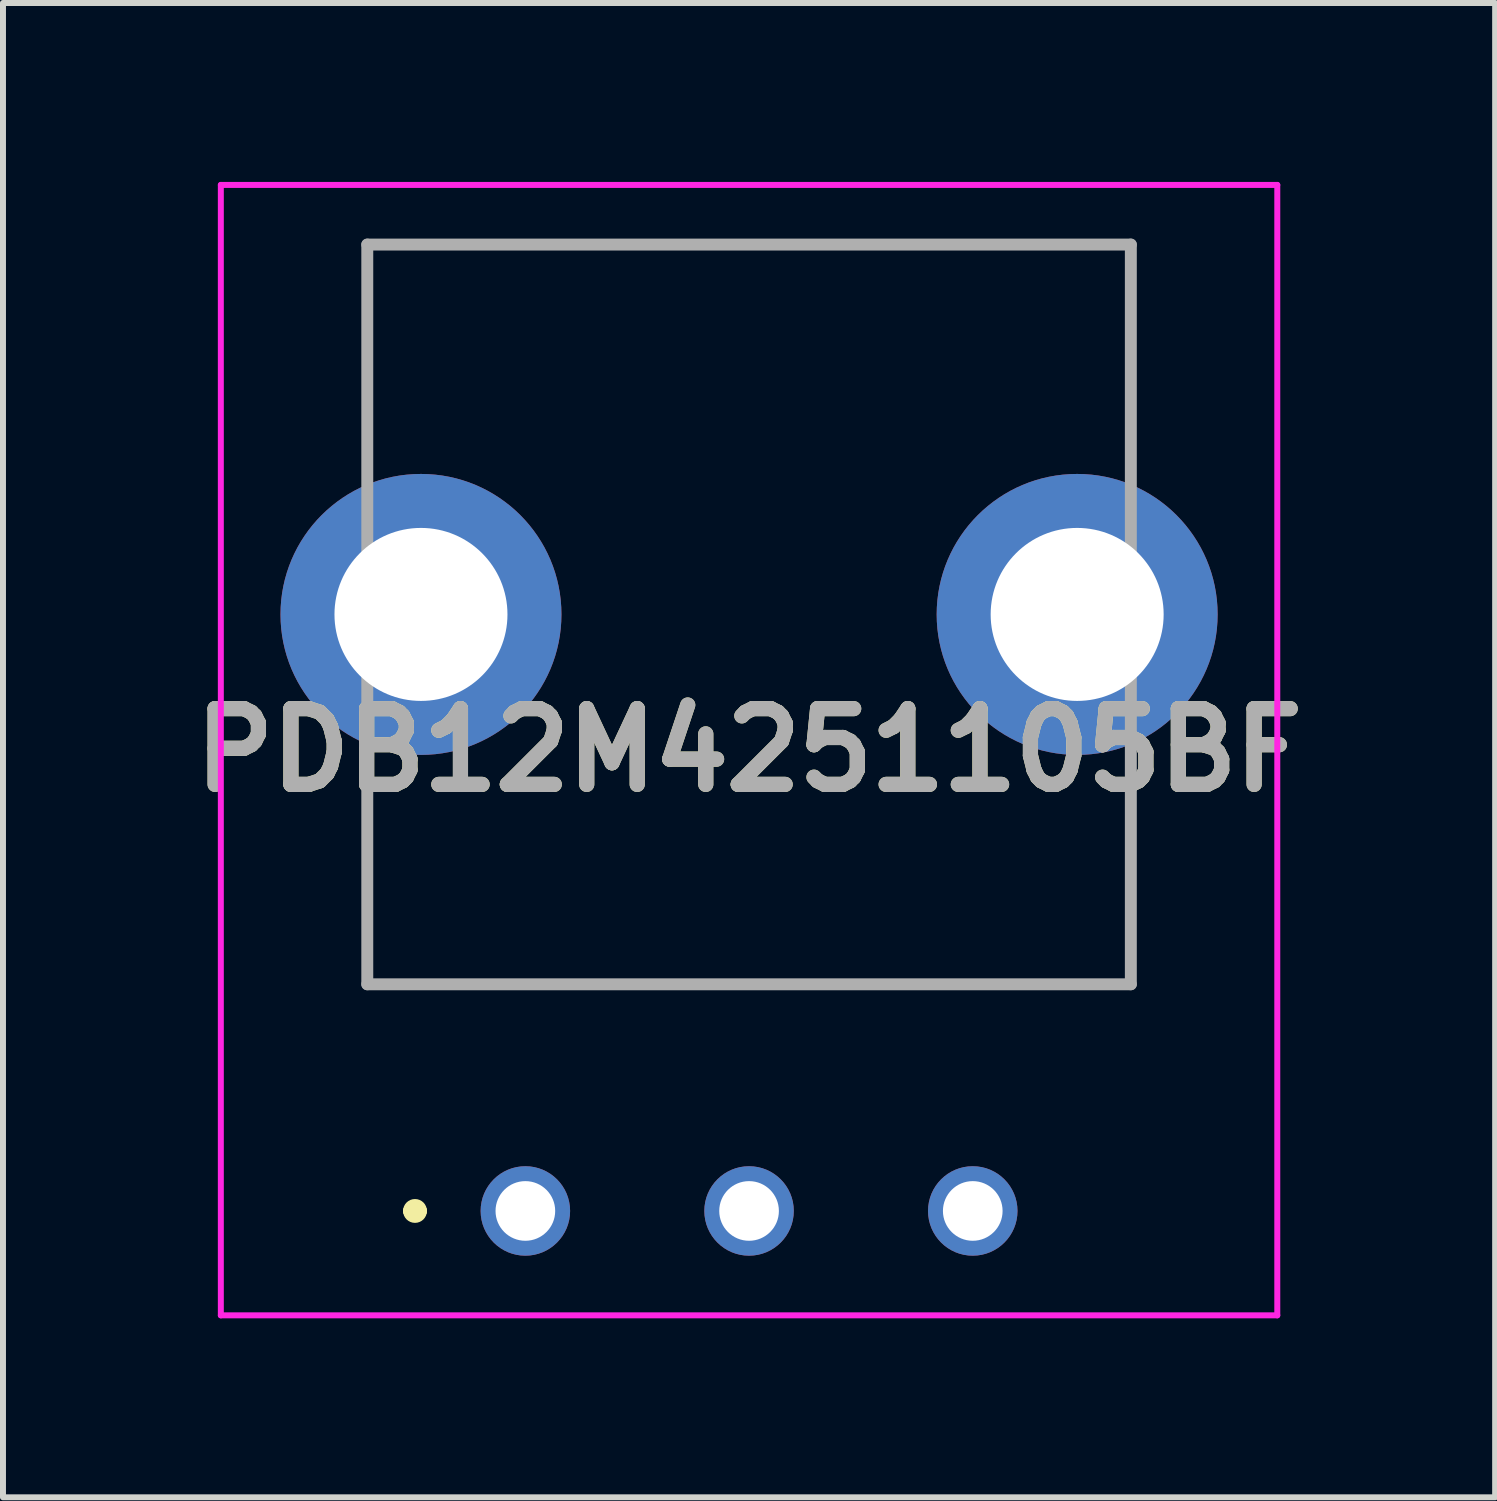
<source format=kicad_pcb>
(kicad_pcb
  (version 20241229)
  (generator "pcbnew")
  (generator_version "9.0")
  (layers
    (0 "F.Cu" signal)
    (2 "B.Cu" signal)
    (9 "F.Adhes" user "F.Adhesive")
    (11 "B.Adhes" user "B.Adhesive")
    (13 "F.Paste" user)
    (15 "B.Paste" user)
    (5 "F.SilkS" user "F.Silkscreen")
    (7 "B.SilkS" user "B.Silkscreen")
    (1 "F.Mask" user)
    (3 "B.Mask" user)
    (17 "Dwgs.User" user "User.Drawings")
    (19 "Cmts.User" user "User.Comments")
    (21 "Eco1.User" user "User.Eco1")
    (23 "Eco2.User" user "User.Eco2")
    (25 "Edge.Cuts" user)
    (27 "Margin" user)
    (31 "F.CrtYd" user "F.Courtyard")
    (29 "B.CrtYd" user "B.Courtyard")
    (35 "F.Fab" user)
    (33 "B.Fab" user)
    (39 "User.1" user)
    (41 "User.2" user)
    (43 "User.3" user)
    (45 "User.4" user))
  (footprint "PDB12M4251105BF"
    (layer "F.Cu")
    (at 9.507 17.25)
    (property "Reference" "PDB12M4251105BF" (at 0 -7.725 0) (layer "F.SilkS") (effects (font (size 1.27 1.27) (thickness 0.254))))
    (attr through_hole)
    (fp_line (start -6.4 -16.2) (end 6.4 -16.2) (stroke (width 0.1) (type solid)) (layer "F.SilkS"))
    (fp_line (start -6.4 -12.54) (end -6.4 -16.2) (stroke (width 0.1) (type solid)) (layer "F.SilkS"))
    (fp_line (start -6.4 -7.46) (end -6.4 -3.8) (stroke (width 0.1) (type solid)) (layer "F.SilkS"))
    (fp_line (start -6.4 -3.8) (end 6.4 -3.8) (stroke (width 0.1) (type solid)) (layer "F.SilkS"))
    (fp_line (start -5.7 0) (end -5.7 0) (stroke (width 0.2) (type solid)) (layer "F.SilkS"))
    (fp_line (start -5.5 0) (end -5.5 0) (stroke (width 0.2) (type solid)) (layer "F.SilkS"))
    (fp_line (start 6.4 -16.2) (end 6.4 -12.54) (stroke (width 0.1) (type solid)) (layer "F.SilkS"))
    (fp_line (start 6.4 -3.8) (end 6.4 -7.46) (stroke (width 0.1) (type solid)) (layer "F.SilkS"))
    (fp_arc (start -5.7 0) (mid -5.6 -0.1) (end -5.5 0) (stroke (width 0.2) (type solid)) (layer "F.SilkS"))
    (fp_arc (start -5.5 0) (mid -5.6 0.1) (end -5.7 0) (stroke (width 0.2) (type solid)) (layer "F.SilkS"))
    (fp_line (start -8.855 -17.2) (end 8.855 -17.2) (stroke (width 0.1) (type solid)) (layer "F.CrtYd"))
    (fp_line (start -8.855 1.75) (end -8.855 -17.2) (stroke (width 0.1) (type solid)) (layer "F.CrtYd"))
    (fp_line (start 8.855 -17.2) (end 8.855 1.75) (stroke (width 0.1) (type solid)) (layer "F.CrtYd"))
    (fp_line (start 8.855 1.75) (end -8.855 1.75) (stroke (width 0.1) (type solid)) (layer "F.CrtYd"))
    (fp_line (start -6.4 -16.2) (end 6.4 -16.2) (stroke (width 0.2) (type solid)) (layer "F.Fab"))
    (fp_line (start -6.4 -3.8) (end -6.4 -16.2) (stroke (width 0.2) (type solid)) (layer "F.Fab"))
    (fp_line (start 6.4 -16.2) (end 6.4 -3.8) (stroke (width 0.2) (type solid)) (layer "F.Fab"))
    (fp_line (start 6.4 -3.8) (end -6.4 -3.8) (stroke (width 0.2) (type solid)) (layer "F.Fab"))
    (fp_text user "${REFERENCE}" (at 0 -7.725 0) (layer "F.Fab") (effects (font (size 1.27 1.27) (thickness 0.254))))
    (pad "1" thru_hole circle (at -3.75 0) (size 1.5 1.5) (drill 1) (layers "*.Cu" "*.Mask"))
    (pad "2" thru_hole circle (at 0 0) (size 1.5 1.5) (drill 1) (layers "*.Cu" "*.Mask"))
    (pad "3" thru_hole circle (at 3.75 0) (size 1.5 1.5) (drill 1) (layers "*.Cu" "*.Mask"))
    (pad "MP" thru_hole circle (at -5.5 -10) (size 4.71 4.71) (drill 2.9) (layers "*.Cu" "*.Mask"))
    (pad "MP" thru_hole circle (at 5.5 -10) (size 4.71 4.71) (drill 2.9) (layers "*.Cu" "*.Mask")))
  (gr_rect
    (start -3 -3)
    (end 22.014 22.05)
    (stroke (width 0.1) (type default))
    (fill no)
    (layer "Edge.Cuts")))
</source>
